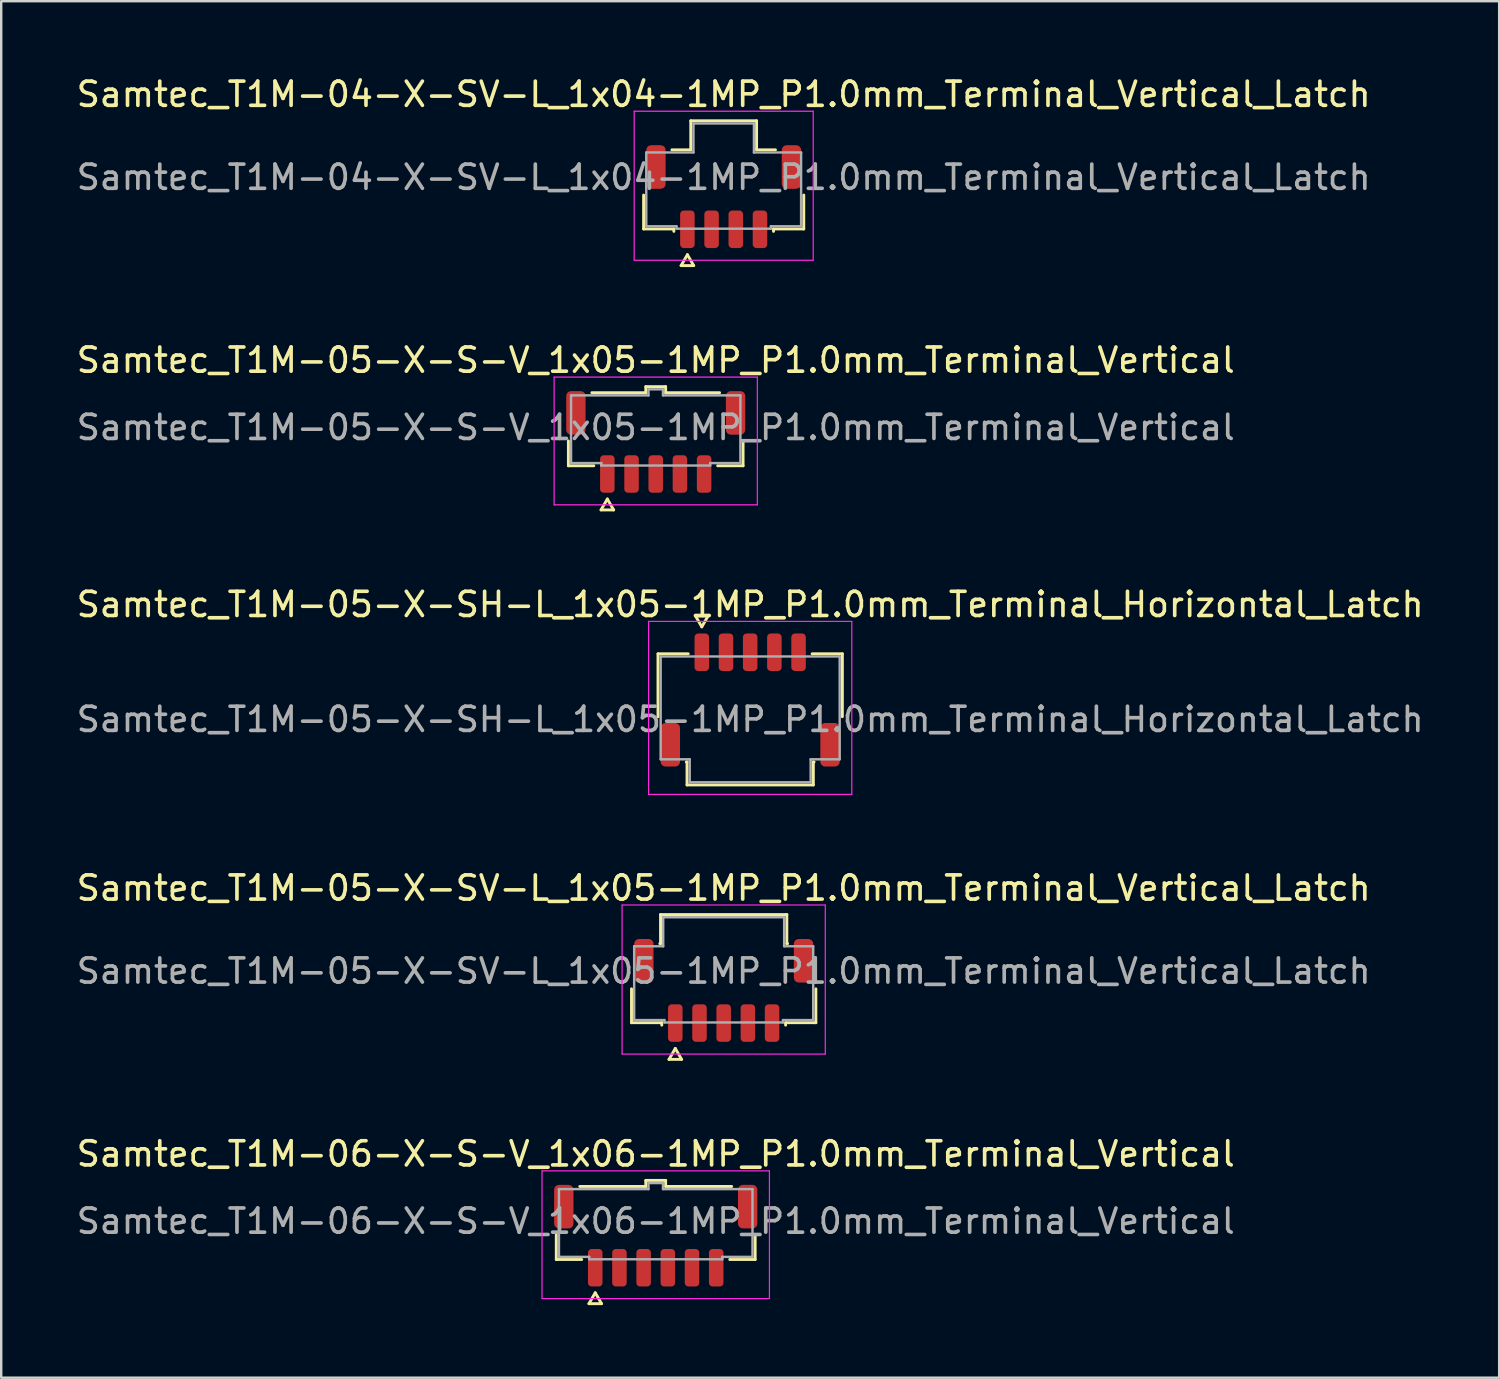
<source format=kicad_pcb>
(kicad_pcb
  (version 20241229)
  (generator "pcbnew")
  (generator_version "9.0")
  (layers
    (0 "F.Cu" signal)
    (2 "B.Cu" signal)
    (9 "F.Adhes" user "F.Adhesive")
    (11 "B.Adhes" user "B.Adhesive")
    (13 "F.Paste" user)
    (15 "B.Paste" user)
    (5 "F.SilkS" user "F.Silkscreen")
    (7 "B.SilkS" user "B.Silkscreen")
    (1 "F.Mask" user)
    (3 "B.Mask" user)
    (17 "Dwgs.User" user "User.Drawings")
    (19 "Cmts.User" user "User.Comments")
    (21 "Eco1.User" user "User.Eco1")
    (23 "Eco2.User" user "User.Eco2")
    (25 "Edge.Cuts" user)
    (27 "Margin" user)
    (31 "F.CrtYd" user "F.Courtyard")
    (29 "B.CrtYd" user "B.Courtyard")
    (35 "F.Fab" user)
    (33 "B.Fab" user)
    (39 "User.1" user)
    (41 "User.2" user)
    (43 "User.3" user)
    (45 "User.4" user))
  (footprint "Samtec_T1M-05-X-SV-L_1x05-1MP_P1.0mm_Terminal_Vertical_Latch"
    (layer "F.Cu")
    (at 26.863 37.088)
    (property "Reference" "Samtec_T1M-05-X-SV-L_1x05-1MP_P1.0mm_Terminal_Vertical_Latch" (at 0 -3.43 0) (layer "F.SilkS") (effects (font (size 1 1) (thickness 0.15))))
    (attr smd)
    (fp_line (start -3.81 2.135) (end -3.81 0.735) (stroke (width 0.12) (type solid)) (layer "F.SilkS"))
    (fp_line (start -2.64 -1.135) (end -2.61 -1.135) (stroke (width 0.12) (type solid)) (layer "F.SilkS"))
    (fp_line (start -2.61 -2.335) (end 2.61 -2.335) (stroke (width 0.12) (type solid)) (layer "F.SilkS"))
    (fp_line (start -2.61 -1.135) (end -2.61 -2.335) (stroke (width 0.12) (type solid)) (layer "F.SilkS"))
    (fp_line (start -2.56 2.135) (end -3.81 2.135) (stroke (width 0.12) (type solid)) (layer "F.SilkS"))
    (fp_line (start -2.56 2.235) (end -2.56 2.135) (stroke (width 0.12) (type solid)) (layer "F.SilkS"))
    (fp_line (start -2.26 3.65) (end -2 3.2) (stroke (width 0.12) (type solid)) (layer "F.SilkS"))
    (fp_line (start -2 3.2) (end -1.74 3.65) (stroke (width 0.12) (type solid)) (layer "F.SilkS"))
    (fp_line (start -1.74 3.65) (end -2.26 3.65) (stroke (width 0.12) (type solid)) (layer "F.SilkS"))
    (fp_line (start 2.56 2.135) (end 2.56 2.235) (stroke (width 0.12) (type solid)) (layer "F.SilkS"))
    (fp_line (start 2.61 -2.335) (end 2.61 -1.135) (stroke (width 0.12) (type solid)) (layer "F.SilkS"))
    (fp_line (start 2.61 -1.135) (end 2.64 -1.135) (stroke (width 0.12) (type solid)) (layer "F.SilkS"))
    (fp_line (start 3.81 0.735) (end 3.81 2.135) (stroke (width 0.12) (type solid)) (layer "F.SilkS"))
    (fp_line (start 3.81 2.135) (end 2.56 2.135) (stroke (width 0.12) (type solid)) (layer "F.SilkS"))
    (fp_line (start -4.2 -2.73) (end -4.2 3.43) (stroke (width 0.05) (type solid)) (layer "F.CrtYd"))
    (fp_line (start -4.2 3.43) (end 4.2 3.43) (stroke (width 0.05) (type solid)) (layer "F.CrtYd"))
    (fp_line (start 4.2 -2.73) (end -4.2 -2.73) (stroke (width 0.05) (type solid)) (layer "F.CrtYd"))
    (fp_line (start 4.2 3.43) (end 4.2 -2.73) (stroke (width 0.05) (type solid)) (layer "F.CrtYd"))
    (fp_line (start -3.7 -1.025) (end -2.5 -1.025) (stroke (width 0.1) (type solid)) (layer "F.Fab"))
    (fp_line (start -3.7 2.025) (end -3.7 -1.025) (stroke (width 0.1) (type solid)) (layer "F.Fab"))
    (fp_line (start -2.5 -2.225) (end 2.5 -2.225) (stroke (width 0.1) (type solid)) (layer "F.Fab"))
    (fp_line (start -2.5 -1.025) (end -2.5 -2.225) (stroke (width 0.1) (type solid)) (layer "F.Fab"))
    (fp_line (start -2.45 2.025) (end -3.7 2.025) (stroke (width 0.1) (type solid)) (layer "F.Fab"))
    (fp_line (start -2.45 2.125) (end -2.45 2.025) (stroke (width 0.1) (type solid)) (layer "F.Fab"))
    (fp_line (start 2.45 2.025) (end 2.45 2.125) (stroke (width 0.1) (type solid)) (layer "F.Fab"))
    (fp_line (start 2.45 2.125) (end -2.45 2.125) (stroke (width 0.1) (type solid)) (layer "F.Fab"))
    (fp_line (start 2.5 -2.225) (end 2.5 -1.025) (stroke (width 0.1) (type solid)) (layer "F.Fab"))
    (fp_line (start 2.5 -1.025) (end 3.7 -1.025) (stroke (width 0.1) (type solid)) (layer "F.Fab"))
    (fp_line (start 3.7 -1.025) (end 3.7 2.025) (stroke (width 0.1) (type solid)) (layer "F.Fab"))
    (fp_line (start 3.7 2.025) (end 2.45 2.025) (stroke (width 0.1) (type solid)) (layer "F.Fab"))
    (fp_text user "${REFERENCE}" (at 0 0 0) (layer "F.Fab") (effects (font (size 1 1) (thickness 0.15))))
    (pad "1" smd roundrect (at -2 2.15) (size 0.6 1.55) (layers "F.Cu" "F.Mask" "F.Paste") (roundrect_rratio 0.25))
    (pad "2" smd roundrect (at -1 2.15) (size 0.6 1.55) (layers "F.Cu" "F.Mask" "F.Paste") (roundrect_rratio 0.25))
    (pad "3" smd roundrect (at 0 2.15) (size 0.6 1.55) (layers "F.Cu" "F.Mask" "F.Paste") (roundrect_rratio 0.25))
    (pad "4" smd roundrect (at 1 2.15) (size 0.6 1.55) (layers "F.Cu" "F.Mask" "F.Paste") (roundrect_rratio 0.25))
    (pad "5" smd roundrect (at 2 2.15) (size 0.6 1.55) (layers "F.Cu" "F.Mask" "F.Paste") (roundrect_rratio 0.25))
    (pad "MP" smd roundrect (at -3.3 -0.425) (size 0.8 1.8) (layers "F.Cu" "F.Mask" "F.Paste") (roundrect_rratio 0.25))
    (pad "MP" smd roundrect (at 3.3 -0.425) (size 0.8 1.8) (layers "F.Cu" "F.Mask" "F.Paste") (roundrect_rratio 0.25)))
  (footprint "Samtec_T1M-05-X-SH-L_1x05-1MP_P1.0mm_Terminal_Horizontal_Latch"
    (layer "F.Cu")
    (at 27.958 26.685)
    (property "Reference" "Samtec_T1M-05-X-SH-L_1x05-1MP_P1.0mm_Terminal_Horizontal_Latch" (at 0 -4.75 0) (layer "F.SilkS") (effects (font (size 1 1) (thickness 0.15))))
    (attr smd)
    (fp_line (start -3.81 -2.71) (end -2.56 -2.71) (stroke (width 0.12) (type solid)) (layer "F.SilkS"))
    (fp_line (start -3.81 -0.11) (end -3.81 -2.71) (stroke (width 0.12) (type solid)) (layer "F.SilkS"))
    (fp_line (start -2.61 1.76) (end -2.64 1.76) (stroke (width 0.12) (type solid)) (layer "F.SilkS"))
    (fp_line (start -2.61 2.71) (end -2.61 1.76) (stroke (width 0.12) (type solid)) (layer "F.SilkS"))
    (fp_line (start -2.26 -4.275) (end -2 -3.825) (stroke (width 0.12) (type solid)) (layer "F.SilkS"))
    (fp_line (start -2 -3.825) (end -1.74 -4.275) (stroke (width 0.12) (type solid)) (layer "F.SilkS"))
    (fp_line (start -1.74 -4.275) (end -2.26 -4.275) (stroke (width 0.12) (type solid)) (layer "F.SilkS"))
    (fp_line (start 2.56 -2.71) (end 3.81 -2.71) (stroke (width 0.12) (type solid)) (layer "F.SilkS"))
    (fp_line (start 2.61 1.76) (end 2.61 2.71) (stroke (width 0.12) (type solid)) (layer "F.SilkS"))
    (fp_line (start 2.61 2.71) (end -2.61 2.71) (stroke (width 0.12) (type solid)) (layer "F.SilkS"))
    (fp_line (start 2.64 1.76) (end 2.61 1.76) (stroke (width 0.12) (type solid)) (layer "F.SilkS"))
    (fp_line (start 3.81 -2.71) (end 3.81 -0.11) (stroke (width 0.12) (type solid)) (layer "F.SilkS"))
    (fp_line (start -4.2 -4.05) (end -4.2 3.1) (stroke (width 0.05) (type solid)) (layer "F.CrtYd"))
    (fp_line (start -4.2 3.1) (end 4.2 3.1) (stroke (width 0.05) (type solid)) (layer "F.CrtYd"))
    (fp_line (start 4.2 -4.05) (end -4.2 -4.05) (stroke (width 0.05) (type solid)) (layer "F.CrtYd"))
    (fp_line (start 4.2 3.1) (end 4.2 -4.05) (stroke (width 0.05) (type solid)) (layer "F.CrtYd"))
    (fp_line (start -3.7 -2.6) (end 3.7 -2.6) (stroke (width 0.1) (type solid)) (layer "F.Fab"))
    (fp_line (start -3.7 1.65) (end -3.7 -2.6) (stroke (width 0.1) (type solid)) (layer "F.Fab"))
    (fp_line (start -2.5 1.65) (end -3.7 1.65) (stroke (width 0.1) (type solid)) (layer "F.Fab"))
    (fp_line (start -2.5 2.6) (end -2.5 1.65) (stroke (width 0.1) (type solid)) (layer "F.Fab"))
    (fp_line (start 2.5 1.65) (end 2.5 2.6) (stroke (width 0.1) (type solid)) (layer "F.Fab"))
    (fp_line (start 2.5 2.6) (end -2.5 2.6) (stroke (width 0.1) (type solid)) (layer "F.Fab"))
    (fp_line (start 3.7 -2.6) (end 3.7 1.65) (stroke (width 0.1) (type solid)) (layer "F.Fab"))
    (fp_line (start 3.7 1.65) (end 2.5 1.65) (stroke (width 0.1) (type solid)) (layer "F.Fab"))
    (fp_text user "${REFERENCE}" (at 0 0 0) (layer "F.Fab") (effects (font (size 1 1) (thickness 0.15))))
    (pad "1" smd roundrect (at -2 -2.775) (size 0.6 1.55) (layers "F.Cu" "F.Mask" "F.Paste") (roundrect_rratio 0.25))
    (pad "2" smd roundrect (at -1 -2.775) (size 0.6 1.55) (layers "F.Cu" "F.Mask" "F.Paste") (roundrect_rratio 0.25))
    (pad "3" smd roundrect (at 0 -2.775) (size 0.6 1.55) (layers "F.Cu" "F.Mask" "F.Paste") (roundrect_rratio 0.25))
    (pad "4" smd roundrect (at 1 -2.775) (size 0.6 1.55) (layers "F.Cu" "F.Mask" "F.Paste") (roundrect_rratio 0.25))
    (pad "5" smd roundrect (at 2 -2.775) (size 0.6 1.55) (layers "F.Cu" "F.Mask" "F.Paste") (roundrect_rratio 0.25))
    (pad "MP" smd roundrect (at -3.3 1.05) (size 0.8 1.8) (layers "F.Cu" "F.Mask" "F.Paste") (roundrect_rratio 0.25))
    (pad "MP" smd roundrect (at 3.3 1.05) (size 0.8 1.8) (layers "F.Cu" "F.Mask" "F.Paste") (roundrect_rratio 0.25)))
  (footprint "Samtec_T1M-06-X-S-V_1x06-1MP_P1.0mm_Terminal_Vertical"
    (layer "F.Cu")
    (at 24.054 47.426)
    (property "Reference" "Samtec_T1M-06-X-S-V_1x06-1MP_P1.0mm_Terminal_Vertical" (at 0 -2.78 0) (layer "F.SilkS") (effects (font (size 1 1) (thickness 0.15))))
    (attr smd)
    (fp_line (start -4.11 1.585) (end -4.11 0.56) (stroke (width 0.12) (type solid)) (layer "F.SilkS"))
    (fp_line (start -3.14 -1.435) (end -0.41 -1.435) (stroke (width 0.12) (type solid)) (layer "F.SilkS"))
    (fp_line (start -3.06 1.585) (end -4.11 1.585) (stroke (width 0.12) (type solid)) (layer "F.SilkS"))
    (fp_line (start -2.76 3.41) (end -2.5 2.96) (stroke (width 0.12) (type solid)) (layer "F.SilkS"))
    (fp_line (start -2.5 2.96) (end -2.24 3.41) (stroke (width 0.12) (type solid)) (layer "F.SilkS"))
    (fp_line (start -2.24 3.41) (end -2.76 3.41) (stroke (width 0.12) (type solid)) (layer "F.SilkS"))
    (fp_line (start -0.41 -1.685) (end 0.41 -1.685) (stroke (width 0.12) (type solid)) (layer "F.SilkS"))
    (fp_line (start -0.41 -1.435) (end -0.41 -1.685) (stroke (width 0.12) (type solid)) (layer "F.SilkS"))
    (fp_line (start 0.41 -1.685) (end 0.41 -1.435) (stroke (width 0.12) (type solid)) (layer "F.SilkS"))
    (fp_line (start 0.41 -1.435) (end 3.14 -1.435) (stroke (width 0.12) (type solid)) (layer "F.SilkS"))
    (fp_line (start 4.11 0.56) (end 4.11 1.585) (stroke (width 0.12) (type solid)) (layer "F.SilkS"))
    (fp_line (start 4.11 1.585) (end 3.06 1.585) (stroke (width 0.12) (type solid)) (layer "F.SilkS"))
    (fp_line (start -4.7 -2.08) (end -4.7 3.2) (stroke (width 0.05) (type solid)) (layer "F.CrtYd"))
    (fp_line (start -4.7 3.2) (end 4.7 3.2) (stroke (width 0.05) (type solid)) (layer "F.CrtYd"))
    (fp_line (start 4.7 -2.08) (end -4.7 -2.08) (stroke (width 0.05) (type solid)) (layer "F.CrtYd"))
    (fp_line (start 4.7 3.2) (end 4.7 -2.08) (stroke (width 0.05) (type solid)) (layer "F.CrtYd"))
    (fp_line (start -4 -1.325) (end -0.3 -1.325) (stroke (width 0.1) (type solid)) (layer "F.Fab"))
    (fp_line (start -4 1.475) (end -4 -1.325) (stroke (width 0.1) (type solid)) (layer "F.Fab"))
    (fp_line (start -2.75 1.475) (end -4 1.475) (stroke (width 0.1) (type solid)) (layer "F.Fab"))
    (fp_line (start -2.75 1.575) (end -2.75 1.475) (stroke (width 0.1) (type solid)) (layer "F.Fab"))
    (fp_line (start -0.3 -1.575) (end 0.3 -1.575) (stroke (width 0.1) (type solid)) (layer "F.Fab"))
    (fp_line (start -0.3 -1.325) (end -0.3 -1.575) (stroke (width 0.1) (type solid)) (layer "F.Fab"))
    (fp_line (start 0.3 -1.575) (end 0.3 -1.325) (stroke (width 0.1) (type solid)) (layer "F.Fab"))
    (fp_line (start 0.3 -1.325) (end 4 -1.325) (stroke (width 0.1) (type solid)) (layer "F.Fab"))
    (fp_line (start 2.75 1.475) (end 2.75 1.575) (stroke (width 0.1) (type solid)) (layer "F.Fab"))
    (fp_line (start 2.75 1.575) (end -2.75 1.575) (stroke (width 0.1) (type solid)) (layer "F.Fab"))
    (fp_line (start 4 -1.325) (end 4 1.475) (stroke (width 0.1) (type solid)) (layer "F.Fab"))
    (fp_line (start 4 1.475) (end 2.75 1.475) (stroke (width 0.1) (type solid)) (layer "F.Fab"))
    (fp_text user "${REFERENCE}" (at 0 0 0) (layer "F.Fab") (effects (font (size 1 1) (thickness 0.15))))
    (pad "1" smd roundrect (at -2.5 1.925) (size 0.6 1.55) (layers "F.Cu" "F.Mask" "F.Paste") (roundrect_rratio 0.25))
    (pad "2" smd roundrect (at -1.5 1.925) (size 0.6 1.55) (layers "F.Cu" "F.Mask" "F.Paste") (roundrect_rratio 0.25))
    (pad "3" smd roundrect (at -0.5 1.925) (size 0.6 1.55) (layers "F.Cu" "F.Mask" "F.Paste") (roundrect_rratio 0.25))
    (pad "4" smd roundrect (at 0.5 1.925) (size 0.6 1.55) (layers "F.Cu" "F.Mask" "F.Paste") (roundrect_rratio 0.25))
    (pad "5" smd roundrect (at 1.5 1.925) (size 0.6 1.55) (layers "F.Cu" "F.Mask" "F.Paste") (roundrect_rratio 0.25))
    (pad "6" smd roundrect (at 2.5 1.925) (size 0.6 1.55) (layers "F.Cu" "F.Mask" "F.Paste") (roundrect_rratio 0.25))
    (pad "MP" smd roundrect (at -3.8 -0.6) (size 0.8 1.8) (layers "F.Cu" "F.Mask" "F.Paste") (roundrect_rratio 0.25))
    (pad "MP" smd roundrect (at 3.8 -0.6) (size 0.8 1.8) (layers "F.Cu" "F.Mask" "F.Paste") (roundrect_rratio 0.25)))
  (footprint "Samtec_T1M-05-X-S-V_1x05-1MP_P1.0mm_Terminal_Vertical"
    (layer "F.Cu")
    (at 24.054 14.617)
    (property "Reference" "Samtec_T1M-05-X-S-V_1x05-1MP_P1.0mm_Terminal_Vertical" (at 0 -2.78 0) (layer "F.SilkS") (effects (font (size 1 1) (thickness 0.15))))
    (attr smd)
    (fp_line (start -3.61 1.585) (end -3.61 0.56) (stroke (width 0.12) (type solid)) (layer "F.SilkS"))
    (fp_line (start -2.64 -1.435) (end -0.41 -1.435) (stroke (width 0.12) (type solid)) (layer "F.SilkS"))
    (fp_line (start -2.56 1.585) (end -3.61 1.585) (stroke (width 0.12) (type solid)) (layer "F.SilkS"))
    (fp_line (start -2.26 3.41) (end -2 2.96) (stroke (width 0.12) (type solid)) (layer "F.SilkS"))
    (fp_line (start -2 2.96) (end -1.74 3.41) (stroke (width 0.12) (type solid)) (layer "F.SilkS"))
    (fp_line (start -1.74 3.41) (end -2.26 3.41) (stroke (width 0.12) (type solid)) (layer "F.SilkS"))
    (fp_line (start -0.41 -1.685) (end 0.41 -1.685) (stroke (width 0.12) (type solid)) (layer "F.SilkS"))
    (fp_line (start -0.41 -1.435) (end -0.41 -1.685) (stroke (width 0.12) (type solid)) (layer "F.SilkS"))
    (fp_line (start 0.41 -1.685) (end 0.41 -1.435) (stroke (width 0.12) (type solid)) (layer "F.SilkS"))
    (fp_line (start 0.41 -1.435) (end 2.64 -1.435) (stroke (width 0.12) (type solid)) (layer "F.SilkS"))
    (fp_line (start 3.61 0.56) (end 3.61 1.585) (stroke (width 0.12) (type solid)) (layer "F.SilkS"))
    (fp_line (start 3.61 1.585) (end 2.56 1.585) (stroke (width 0.12) (type solid)) (layer "F.SilkS"))
    (fp_line (start -4.2 -2.08) (end -4.2 3.2) (stroke (width 0.05) (type solid)) (layer "F.CrtYd"))
    (fp_line (start -4.2 3.2) (end 4.2 3.2) (stroke (width 0.05) (type solid)) (layer "F.CrtYd"))
    (fp_line (start 4.2 -2.08) (end -4.2 -2.08) (stroke (width 0.05) (type solid)) (layer "F.CrtYd"))
    (fp_line (start 4.2 3.2) (end 4.2 -2.08) (stroke (width 0.05) (type solid)) (layer "F.CrtYd"))
    (fp_line (start -3.5 -1.325) (end -0.3 -1.325) (stroke (width 0.1) (type solid)) (layer "F.Fab"))
    (fp_line (start -3.5 1.475) (end -3.5 -1.325) (stroke (width 0.1) (type solid)) (layer "F.Fab"))
    (fp_line (start -2.25 1.475) (end -3.5 1.475) (stroke (width 0.1) (type solid)) (layer "F.Fab"))
    (fp_line (start -2.25 1.575) (end -2.25 1.475) (stroke (width 0.1) (type solid)) (layer "F.Fab"))
    (fp_line (start -0.3 -1.575) (end 0.3 -1.575) (stroke (width 0.1) (type solid)) (layer "F.Fab"))
    (fp_line (start -0.3 -1.325) (end -0.3 -1.575) (stroke (width 0.1) (type solid)) (layer "F.Fab"))
    (fp_line (start 0.3 -1.575) (end 0.3 -1.325) (stroke (width 0.1) (type solid)) (layer "F.Fab"))
    (fp_line (start 0.3 -1.325) (end 3.5 -1.325) (stroke (width 0.1) (type solid)) (layer "F.Fab"))
    (fp_line (start 2.25 1.475) (end 2.25 1.575) (stroke (width 0.1) (type solid)) (layer "F.Fab"))
    (fp_line (start 2.25 1.575) (end -2.25 1.575) (stroke (width 0.1) (type solid)) (layer "F.Fab"))
    (fp_line (start 3.5 -1.325) (end 3.5 1.475) (stroke (width 0.1) (type solid)) (layer "F.Fab"))
    (fp_line (start 3.5 1.475) (end 2.25 1.475) (stroke (width 0.1) (type solid)) (layer "F.Fab"))
    (fp_text user "${REFERENCE}" (at 0 0 0) (layer "F.Fab") (effects (font (size 1 1) (thickness 0.15))))
    (pad "1" smd roundrect (at -2 1.925) (size 0.6 1.55) (layers "F.Cu" "F.Mask" "F.Paste") (roundrect_rratio 0.25))
    (pad "2" smd roundrect (at -1 1.925) (size 0.6 1.55) (layers "F.Cu" "F.Mask" "F.Paste") (roundrect_rratio 0.25))
    (pad "3" smd roundrect (at 0 1.925) (size 0.6 1.55) (layers "F.Cu" "F.Mask" "F.Paste") (roundrect_rratio 0.25))
    (pad "4" smd roundrect (at 1 1.925) (size 0.6 1.55) (layers "F.Cu" "F.Mask" "F.Paste") (roundrect_rratio 0.25))
    (pad "5" smd roundrect (at 2 1.925) (size 0.6 1.55) (layers "F.Cu" "F.Mask" "F.Paste") (roundrect_rratio 0.25))
    (pad "MP" smd roundrect (at -3.3 -0.6) (size 0.8 1.8) (layers "F.Cu" "F.Mask" "F.Paste") (roundrect_rratio 0.25))
    (pad "MP" smd roundrect (at 3.3 -0.6) (size 0.8 1.8) (layers "F.Cu" "F.Mask" "F.Paste") (roundrect_rratio 0.25)))
  (footprint "Samtec_T1M-04-X-SV-L_1x04-1MP_P1.0mm_Terminal_Vertical_Latch"
    (layer "F.Cu")
    (at 26.863 4.278)
    (property "Reference" "Samtec_T1M-04-X-SV-L_1x04-1MP_P1.0mm_Terminal_Vertical_Latch" (at 0 -3.43 0) (layer "F.SilkS") (effects (font (size 1 1) (thickness 0.15))))
    (attr smd)
    (fp_line (start -3.31 2.135) (end -3.31 0.735) (stroke (width 0.12) (type solid)) (layer "F.SilkS"))
    (fp_line (start -2.14 -1.135) (end -1.36 -1.135) (stroke (width 0.12) (type solid)) (layer "F.SilkS"))
    (fp_line (start -2.06 2.135) (end -3.31 2.135) (stroke (width 0.12) (type solid)) (layer "F.SilkS"))
    (fp_line (start -2.06 2.235) (end -2.06 2.135) (stroke (width 0.12) (type solid)) (layer "F.SilkS"))
    (fp_line (start -1.76 3.65) (end -1.5 3.2) (stroke (width 0.12) (type solid)) (layer "F.SilkS"))
    (fp_line (start -1.5 3.2) (end -1.24 3.65) (stroke (width 0.12) (type solid)) (layer "F.SilkS"))
    (fp_line (start -1.36 -2.335) (end 1.36 -2.335) (stroke (width 0.12) (type solid)) (layer "F.SilkS"))
    (fp_line (start -1.36 -1.135) (end -1.36 -2.335) (stroke (width 0.12) (type solid)) (layer "F.SilkS"))
    (fp_line (start -1.24 3.65) (end -1.76 3.65) (stroke (width 0.12) (type solid)) (layer "F.SilkS"))
    (fp_line (start 1.36 -2.335) (end 1.36 -1.135) (stroke (width 0.12) (type solid)) (layer "F.SilkS"))
    (fp_line (start 1.36 -1.135) (end 2.14 -1.135) (stroke (width 0.12) (type solid)) (layer "F.SilkS"))
    (fp_line (start 2.06 2.135) (end 2.06 2.235) (stroke (width 0.12) (type solid)) (layer "F.SilkS"))
    (fp_line (start 3.31 0.735) (end 3.31 2.135) (stroke (width 0.12) (type solid)) (layer "F.SilkS"))
    (fp_line (start 3.31 2.135) (end 2.06 2.135) (stroke (width 0.12) (type solid)) (layer "F.SilkS"))
    (fp_line (start -3.7 -2.73) (end -3.7 3.43) (stroke (width 0.05) (type solid)) (layer "F.CrtYd"))
    (fp_line (start -3.7 3.43) (end 3.7 3.43) (stroke (width 0.05) (type solid)) (layer "F.CrtYd"))
    (fp_line (start 3.7 -2.73) (end -3.7 -2.73) (stroke (width 0.05) (type solid)) (layer "F.CrtYd"))
    (fp_line (start 3.7 3.43) (end 3.7 -2.73) (stroke (width 0.05) (type solid)) (layer "F.CrtYd"))
    (fp_line (start -3.2 -1.025) (end -1.25 -1.025) (stroke (width 0.1) (type solid)) (layer "F.Fab"))
    (fp_line (start -3.2 2.025) (end -3.2 -1.025) (stroke (width 0.1) (type solid)) (layer "F.Fab"))
    (fp_line (start -1.95 2.025) (end -3.2 2.025) (stroke (width 0.1) (type solid)) (layer "F.Fab"))
    (fp_line (start -1.95 2.125) (end -1.95 2.025) (stroke (width 0.1) (type solid)) (layer "F.Fab"))
    (fp_line (start -1.25 -2.225) (end 1.25 -2.225) (stroke (width 0.1) (type solid)) (layer "F.Fab"))
    (fp_line (start -1.25 -1.025) (end -1.25 -2.225) (stroke (width 0.1) (type solid)) (layer "F.Fab"))
    (fp_line (start 1.25 -2.225) (end 1.25 -1.025) (stroke (width 0.1) (type solid)) (layer "F.Fab"))
    (fp_line (start 1.25 -1.025) (end 3.2 -1.025) (stroke (width 0.1) (type solid)) (layer "F.Fab"))
    (fp_line (start 1.95 2.025) (end 1.95 2.125) (stroke (width 0.1) (type solid)) (layer "F.Fab"))
    (fp_line (start 1.95 2.125) (end -1.95 2.125) (stroke (width 0.1) (type solid)) (layer "F.Fab"))
    (fp_line (start 3.2 -1.025) (end 3.2 2.025) (stroke (width 0.1) (type solid)) (layer "F.Fab"))
    (fp_line (start 3.2 2.025) (end 1.95 2.025) (stroke (width 0.1) (type solid)) (layer "F.Fab"))
    (fp_text user "${REFERENCE}" (at 0 0 0) (layer "F.Fab") (effects (font (size 1 1) (thickness 0.15))))
    (pad "1" smd roundrect (at -1.5 2.15) (size 0.6 1.55) (layers "F.Cu" "F.Mask" "F.Paste") (roundrect_rratio 0.25))
    (pad "2" smd roundrect (at -0.5 2.15) (size 0.6 1.55) (layers "F.Cu" "F.Mask" "F.Paste") (roundrect_rratio 0.25))
    (pad "3" smd roundrect (at 0.5 2.15) (size 0.6 1.55) (layers "F.Cu" "F.Mask" "F.Paste") (roundrect_rratio 0.25))
    (pad "4" smd roundrect (at 1.5 2.15) (size 0.6 1.55) (layers "F.Cu" "F.Mask" "F.Paste") (roundrect_rratio 0.25))
    (pad "MP" smd roundrect (at -2.8 -0.425) (size 0.8 1.8) (layers "F.Cu" "F.Mask" "F.Paste") (roundrect_rratio 0.25))
    (pad "MP" smd roundrect (at 2.8 -0.425) (size 0.8 1.8) (layers "F.Cu" "F.Mask" "F.Paste") (roundrect_rratio 0.25)))
  (gr_rect
    (start -3 -3)
    (end 58.917 53.896)
    (stroke (width 0.1) (type default))
    (fill no)
    (layer "Edge.Cuts")))
</source>
